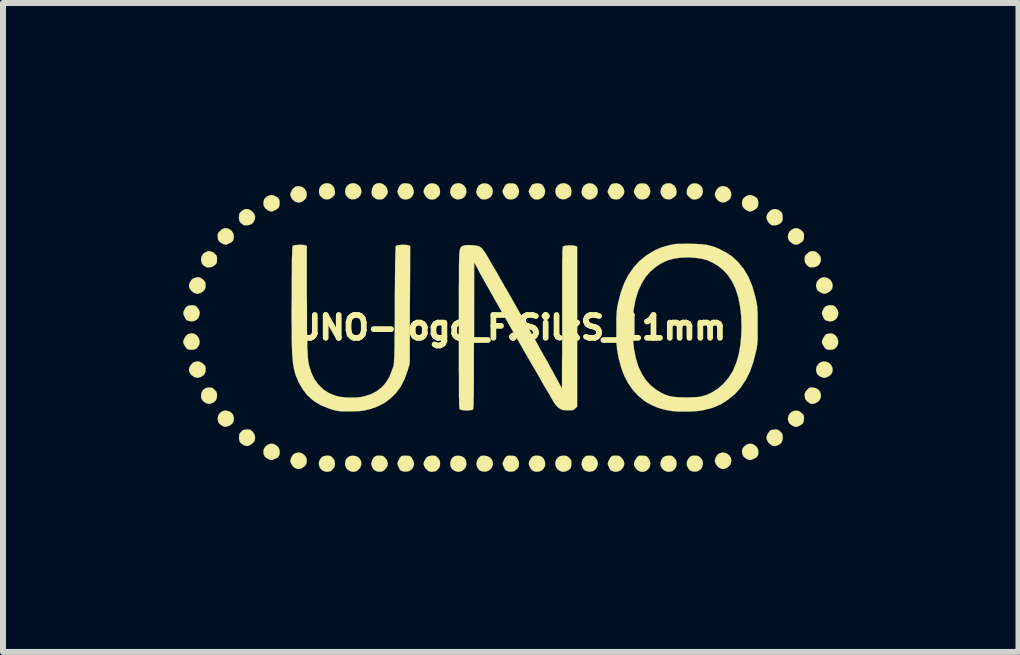
<source format=kicad_pcb>
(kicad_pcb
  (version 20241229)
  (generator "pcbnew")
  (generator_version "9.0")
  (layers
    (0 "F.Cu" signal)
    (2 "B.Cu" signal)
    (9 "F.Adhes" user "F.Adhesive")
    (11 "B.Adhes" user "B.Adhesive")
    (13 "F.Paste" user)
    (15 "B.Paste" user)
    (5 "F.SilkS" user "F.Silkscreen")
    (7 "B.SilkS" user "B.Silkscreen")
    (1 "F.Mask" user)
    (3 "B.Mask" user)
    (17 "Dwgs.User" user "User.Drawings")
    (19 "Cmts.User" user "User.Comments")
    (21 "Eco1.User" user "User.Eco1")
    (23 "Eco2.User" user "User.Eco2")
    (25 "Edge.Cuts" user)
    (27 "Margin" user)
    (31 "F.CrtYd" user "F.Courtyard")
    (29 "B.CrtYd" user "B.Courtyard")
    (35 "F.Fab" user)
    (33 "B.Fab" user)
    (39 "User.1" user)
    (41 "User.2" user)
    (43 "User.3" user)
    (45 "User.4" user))
  (footprint "UNO-logo_F.SilkS_11mm"
    (layer "F.Cu")
    (at 5.46 2.407)
    (property "Reference" "UNO-logo_F.SilkS_11mm" (at 0 0 0) (layer "F.SilkS") (effects (font (size 0.381 0.381) (thickness 0.127))))
    (attr through_hole)
    (fp_poly (pts (xy -2.492 2.278) (xy -2.504 2.324) (xy -2.532 2.362) (xy -2.568 2.39) (xy -2.611 2.403) (xy -2.654 2.4) (xy -2.708 2.377) (xy -2.741 2.342) (xy -2.758 2.296) (xy -2.761 2.268) (xy -2.753 2.212) (xy -2.728 2.172) (xy -2.687 2.144) (xy -2.634 2.134) (xy -2.626 2.134) (xy -2.573 2.144) (xy -2.53 2.169) (xy -2.502 2.21) (xy -2.494 2.23) (xy -2.492 2.278)) (stroke (width 0.003) (type solid)) (fill yes) (layer "F.SilkS"))
    (fp_poly (pts (xy -0.739 2.278) (xy -0.752 2.324) (xy -0.78 2.362) (xy -0.815 2.39) (xy -0.861 2.403) (xy -0.904 2.4) (xy -0.955 2.377) (xy -0.991 2.339) (xy -1.008 2.296) (xy -1.008 2.245) (xy -0.993 2.2) (xy -0.968 2.164) (xy -0.932 2.141) (xy -0.884 2.134) (xy -0.874 2.134) (xy -0.82 2.144) (xy -0.777 2.169) (xy -0.749 2.21) (xy -0.744 2.23) (xy -0.739 2.278)) (stroke (width 0.003) (type solid)) (fill yes) (layer "F.SilkS"))
    (fp_poly (pts (xy -2.489 -2.258) (xy -2.502 -2.212) (xy -2.53 -2.174) (xy -2.545 -2.162) (xy -2.596 -2.139) (xy -2.647 -2.136) (xy -2.695 -2.151) (xy -2.705 -2.159) (xy -2.741 -2.195) (xy -2.758 -2.235) (xy -2.761 -2.278) (xy -2.751 -2.322) (xy -2.728 -2.36) (xy -2.695 -2.388) (xy -2.652 -2.403) (xy -2.603 -2.403) (xy -2.591 -2.4) (xy -2.545 -2.377) (xy -2.512 -2.344) (xy -2.494 -2.301) (xy -2.489 -2.258)) (stroke (width 0.003) (type solid)) (fill yes) (layer "F.SilkS"))
    (fp_poly (pts (xy -0.739 -2.256) (xy -0.752 -2.212) (xy -0.777 -2.174) (xy -0.815 -2.149) (xy -0.859 -2.136) (xy -0.904 -2.136) (xy -0.95 -2.156) (xy -0.953 -2.159) (xy -0.991 -2.195) (xy -1.008 -2.243) (xy -1.008 -2.294) (xy -0.993 -2.332) (xy -0.97 -2.367) (xy -0.94 -2.39) (xy -0.912 -2.4) (xy -0.861 -2.405) (xy -0.813 -2.39) (xy -0.775 -2.36) (xy -0.747 -2.316) (xy -0.744 -2.304) (xy -0.739 -2.256)) (stroke (width 0.003) (type solid)) (fill yes) (layer "F.SilkS"))
    (fp_poly (pts (xy 1.008 -2.268) (xy 1.006 -2.23) (xy 1.001 -2.205) (xy 0.983 -2.182) (xy 0.955 -2.162) (xy 0.909 -2.139) (xy 0.859 -2.136) (xy 0.81 -2.151) (xy 0.8 -2.159) (xy 0.762 -2.195) (xy 0.744 -2.243) (xy 0.744 -2.294) (xy 0.757 -2.332) (xy 0.79 -2.375) (xy 0.833 -2.398) (xy 0.884 -2.405) (xy 0.914 -2.4) (xy 0.96 -2.377) (xy 0.993 -2.339) (xy 1.008 -2.291) (xy 1.008 -2.268)) (stroke (width 0.003) (type solid)) (fill yes) (layer "F.SilkS"))
    (fp_poly (pts (xy 4.125 2.078) (xy 4.12 2.118) (xy 4.107 2.144) (xy 4.089 2.164) (xy 4.056 2.182) (xy 4.018 2.2) (xy 3.988 2.207) (xy 3.96 2.202) (xy 3.922 2.184) (xy 3.881 2.154) (xy 3.858 2.113) (xy 3.851 2.062) (xy 3.861 2.017) (xy 3.889 1.979) (xy 3.927 1.951) (xy 3.97 1.935) (xy 4.016 1.938) (xy 4.044 1.948) (xy 4.089 1.981) (xy 4.117 2.024) (xy 4.125 2.078)) (stroke (width 0.003) (type solid)) (fill yes) (layer "F.SilkS"))
    (fp_poly (pts (xy -3.848 2.078) (xy -3.856 2.118) (xy -3.866 2.144) (xy -3.886 2.164) (xy -3.919 2.182) (xy -3.957 2.2) (xy -3.985 2.207) (xy -4.016 2.202) (xy -4.051 2.184) (xy -4.054 2.184) (xy -4.094 2.154) (xy -4.117 2.113) (xy -4.122 2.062) (xy -4.112 2.017) (xy -4.084 1.979) (xy -4.049 1.951) (xy -4.003 1.935) (xy -3.957 1.938) (xy -3.932 1.948) (xy -3.884 1.981) (xy -3.858 2.024) (xy -3.848 2.078)) (stroke (width 0.003) (type solid)) (fill yes) (layer "F.SilkS"))
    (fp_poly (pts (xy -2.931 -2.263) (xy -2.931 -2.23) (xy -2.939 -2.207) (xy -2.959 -2.187) (xy -2.972 -2.172) (xy -3.02 -2.141) (xy -3.068 -2.134) (xy -3.117 -2.144) (xy -3.139 -2.159) (xy -3.178 -2.195) (xy -3.195 -2.243) (xy -3.195 -2.294) (xy -3.183 -2.332) (xy -3.157 -2.367) (xy -3.127 -2.39) (xy -3.099 -2.4) (xy -3.048 -2.405) (xy -3.002 -2.39) (xy -2.967 -2.362) (xy -2.941 -2.319) (xy -2.931 -2.268) (xy -2.931 -2.263)) (stroke (width 0.003) (type solid)) (fill yes) (layer "F.SilkS"))
    (fp_poly (pts (xy 2.761 -2.263) (xy 2.758 -2.23) (xy 2.751 -2.207) (xy 2.733 -2.187) (xy 2.718 -2.172) (xy 2.672 -2.141) (xy 2.624 -2.134) (xy 2.576 -2.144) (xy 2.55 -2.159) (xy 2.515 -2.195) (xy 2.497 -2.243) (xy 2.497 -2.294) (xy 2.51 -2.332) (xy 2.532 -2.367) (xy 2.563 -2.39) (xy 2.591 -2.4) (xy 2.642 -2.405) (xy 2.687 -2.39) (xy 2.725 -2.362) (xy 2.751 -2.319) (xy 2.761 -2.268) (xy 2.761 -2.263)) (stroke (width 0.003) (type solid)) (fill yes) (layer "F.SilkS"))
    (fp_poly (pts (xy -4.615 1.521) (xy -4.62 1.565) (xy -4.638 1.595) (xy -4.671 1.623) (xy -4.694 1.636) (xy -4.735 1.651) (xy -4.765 1.654) (xy -4.796 1.643) (xy -4.803 1.638) (xy -4.849 1.608) (xy -4.874 1.57) (xy -4.884 1.524) (xy -4.884 1.519) (xy -4.874 1.466) (xy -4.849 1.425) (xy -4.811 1.397) (xy -4.765 1.382) (xy -4.722 1.387) (xy -4.681 1.402) (xy -4.646 1.427) (xy -4.625 1.458) (xy -4.615 1.501) (xy -4.615 1.521)) (stroke (width 0.003) (type solid)) (fill yes) (layer "F.SilkS"))
    (fp_poly (pts (xy -4.613 -1.511) (xy -4.62 -1.471) (xy -4.63 -1.445) (xy -4.651 -1.425) (xy -4.681 -1.407) (xy -4.722 -1.389) (xy -4.752 -1.382) (xy -4.78 -1.387) (xy -4.811 -1.402) (xy -4.854 -1.43) (xy -4.877 -1.466) (xy -4.884 -1.511) (xy -4.884 -1.519) (xy -4.882 -1.557) (xy -4.869 -1.585) (xy -4.854 -1.6) (xy -4.811 -1.638) (xy -4.765 -1.656) (xy -4.719 -1.651) (xy -4.694 -1.641) (xy -4.648 -1.608) (xy -4.623 -1.562) (xy -4.613 -1.511)) (stroke (width 0.003) (type solid)) (fill yes) (layer "F.SilkS"))
    (fp_poly (pts (xy -2.05 2.256) (xy -2.055 2.301) (xy -2.065 2.324) (xy -2.098 2.367) (xy -2.141 2.395) (xy -2.189 2.403) (xy -2.233 2.395) (xy -2.278 2.37) (xy -2.306 2.332) (xy -2.322 2.289) (xy -2.319 2.238) (xy -2.301 2.192) (xy -2.283 2.167) (xy -2.263 2.149) (xy -2.243 2.139) (xy -2.215 2.134) (xy -2.189 2.134) (xy -2.151 2.136) (xy -2.129 2.141) (xy -2.111 2.154) (xy -2.101 2.164) (xy -2.065 2.21) (xy -2.05 2.256)) (stroke (width 0.003) (type solid)) (fill yes) (layer "F.SilkS"))
    (fp_poly (pts (xy -1.618 -2.281) (xy -1.621 -2.23) (xy -1.643 -2.187) (xy -1.674 -2.156) (xy -1.707 -2.141) (xy -1.75 -2.134) (xy -1.793 -2.139) (xy -1.824 -2.151) (xy -1.844 -2.172) (xy -1.867 -2.205) (xy -1.882 -2.238) (xy -1.89 -2.266) (xy -1.885 -2.286) (xy -1.875 -2.314) (xy -1.864 -2.337) (xy -1.841 -2.372) (xy -1.816 -2.393) (xy -1.781 -2.403) (xy -1.74 -2.403) (xy -1.694 -2.395) (xy -1.661 -2.375) (xy -1.636 -2.337) (xy -1.618 -2.281)) (stroke (width 0.003) (type solid)) (fill yes) (layer "F.SilkS"))
    (fp_poly (pts (xy -0.3 -2.278) (xy -0.305 -2.233) (xy -0.325 -2.192) (xy -0.358 -2.159) (xy -0.404 -2.139) (xy -0.442 -2.134) (xy -0.472 -2.136) (xy -0.498 -2.144) (xy -0.521 -2.164) (xy -0.531 -2.174) (xy -0.556 -2.202) (xy -0.569 -2.228) (xy -0.574 -2.256) (xy -0.574 -2.263) (xy -0.564 -2.314) (xy -0.541 -2.357) (xy -0.508 -2.385) (xy -0.467 -2.4) (xy -0.422 -2.403) (xy -0.378 -2.39) (xy -0.34 -2.362) (xy -0.312 -2.324) (xy -0.3 -2.278)) (stroke (width 0.003) (type solid)) (fill yes) (layer "F.SilkS"))
    (fp_poly (pts (xy 4.884 -1.519) (xy 4.882 -1.476) (xy 4.867 -1.445) (xy 4.841 -1.42) (xy 4.803 -1.397) (xy 4.77 -1.384) (xy 4.742 -1.382) (xy 4.709 -1.392) (xy 4.686 -1.405) (xy 4.646 -1.435) (xy 4.623 -1.473) (xy 4.615 -1.519) (xy 4.623 -1.562) (xy 4.648 -1.605) (xy 4.686 -1.636) (xy 4.732 -1.654) (xy 4.778 -1.654) (xy 4.823 -1.631) (xy 4.854 -1.605) (xy 4.872 -1.585) (xy 4.882 -1.565) (xy 4.884 -1.534) (xy 4.884 -1.519)) (stroke (width 0.003) (type solid)) (fill yes) (layer "F.SilkS"))
    (fp_poly (pts (xy 4.884 1.519) (xy 4.879 1.56) (xy 4.867 1.593) (xy 4.839 1.618) (xy 4.803 1.638) (xy 4.768 1.654) (xy 4.737 1.654) (xy 4.704 1.641) (xy 4.691 1.633) (xy 4.646 1.603) (xy 4.623 1.56) (xy 4.615 1.527) (xy 4.623 1.473) (xy 4.648 1.43) (xy 4.684 1.402) (xy 4.732 1.384) (xy 4.775 1.384) (xy 4.818 1.402) (xy 4.854 1.433) (xy 4.872 1.45) (xy 4.882 1.473) (xy 4.884 1.504) (xy 4.884 1.519)) (stroke (width 0.003) (type solid)) (fill yes) (layer "F.SilkS"))
    (fp_poly (pts (xy 5.362 -0.701) (xy 5.354 -0.655) (xy 5.347 -0.64) (xy 5.326 -0.612) (xy 5.291 -0.589) (xy 5.255 -0.569) (xy 5.222 -0.564) (xy 5.197 -0.569) (xy 5.166 -0.582) (xy 5.159 -0.584) (xy 5.118 -0.612) (xy 5.095 -0.648) (xy 5.085 -0.696) (xy 5.085 -0.701) (xy 5.095 -0.754) (xy 5.123 -0.795) (xy 5.161 -0.823) (xy 5.207 -0.838) (xy 5.255 -0.833) (xy 5.296 -0.815) (xy 5.329 -0.785) (xy 5.352 -0.747) (xy 5.362 -0.701)) (stroke (width 0.003) (type solid)) (fill yes) (layer "F.SilkS"))
    (fp_poly (pts (xy 5.362 0.701) (xy 5.354 0.747) (xy 5.347 0.762) (xy 5.326 0.79) (xy 5.291 0.813) (xy 5.255 0.831) (xy 5.222 0.838) (xy 5.197 0.833) (xy 5.166 0.82) (xy 5.159 0.818) (xy 5.118 0.79) (xy 5.095 0.754) (xy 5.085 0.706) (xy 5.085 0.701) (xy 5.095 0.648) (xy 5.123 0.607) (xy 5.161 0.579) (xy 5.207 0.564) (xy 5.255 0.569) (xy 5.296 0.587) (xy 5.329 0.617) (xy 5.352 0.655) (xy 5.362 0.701)) (stroke (width 0.003) (type solid)) (fill yes) (layer "F.SilkS"))
    (fp_poly (pts (xy -5.184 0.224) (xy -5.187 0.274) (xy -5.212 0.32) (xy -5.24 0.351) (xy -5.276 0.366) (xy -5.319 0.371) (xy -5.362 0.368) (xy -5.392 0.356) (xy -5.413 0.333) (xy -5.433 0.302) (xy -5.451 0.269) (xy -5.458 0.241) (xy -5.458 0.239) (xy -5.451 0.211) (xy -5.436 0.178) (xy -5.413 0.142) (xy -5.39 0.117) (xy -5.377 0.109) (xy -5.326 0.097) (xy -5.278 0.102) (xy -5.235 0.127) (xy -5.204 0.168) (xy -5.202 0.17) (xy -5.184 0.224)) (stroke (width 0.003) (type solid)) (fill yes) (layer "F.SilkS"))
    (fp_poly (pts (xy -5.085 -0.701) (xy -5.09 -0.658) (xy -5.103 -0.627) (xy -5.128 -0.602) (xy -5.166 -0.579) (xy -5.21 -0.564) (xy -5.248 -0.566) (xy -5.288 -0.584) (xy -5.324 -0.615) (xy -5.349 -0.653) (xy -5.362 -0.693) (xy -5.362 -0.701) (xy -5.354 -0.739) (xy -5.331 -0.777) (xy -5.304 -0.81) (xy -5.283 -0.82) (xy -5.235 -0.838) (xy -5.189 -0.836) (xy -5.146 -0.813) (xy -5.116 -0.787) (xy -5.098 -0.767) (xy -5.088 -0.747) (xy -5.085 -0.716) (xy -5.085 -0.701)) (stroke (width 0.003) (type solid)) (fill yes) (layer "F.SilkS"))
    (fp_poly (pts (xy -5.085 0.701) (xy -5.09 0.744) (xy -5.103 0.775) (xy -5.128 0.8) (xy -5.166 0.823) (xy -5.21 0.836) (xy -5.248 0.833) (xy -5.288 0.815) (xy -5.324 0.787) (xy -5.349 0.749) (xy -5.362 0.709) (xy -5.362 0.701) (xy -5.354 0.663) (xy -5.331 0.625) (xy -5.304 0.592) (xy -5.283 0.579) (xy -5.235 0.564) (xy -5.189 0.566) (xy -5.146 0.589) (xy -5.116 0.615) (xy -5.098 0.632) (xy -5.088 0.655) (xy -5.085 0.686) (xy -5.085 0.701)) (stroke (width 0.003) (type solid)) (fill yes) (layer "F.SilkS"))
    (fp_poly (pts (xy -4.895 -1.135) (xy -4.897 -1.1) (xy -4.902 -1.074) (xy -4.917 -1.054) (xy -4.93 -1.044) (xy -4.968 -1.016) (xy -5.016 -1.003) (xy -5.06 -1.003) (xy -5.07 -1.006) (xy -5.118 -1.034) (xy -5.149 -1.072) (xy -5.161 -1.123) (xy -5.161 -1.138) (xy -5.151 -1.189) (xy -5.123 -1.229) (xy -5.093 -1.252) (xy -5.047 -1.273) (xy -5.001 -1.27) (xy -4.956 -1.25) (xy -4.925 -1.224) (xy -4.907 -1.204) (xy -4.897 -1.184) (xy -4.895 -1.151) (xy -4.895 -1.135)) (stroke (width 0.003) (type solid)) (fill yes) (layer "F.SilkS"))
    (fp_poly (pts (xy -3.399 -2.22) (xy -3.406 -2.172) (xy -3.414 -2.154) (xy -3.437 -2.129) (xy -3.472 -2.103) (xy -3.51 -2.085) (xy -3.538 -2.083) (xy -3.564 -2.088) (xy -3.594 -2.098) (xy -3.599 -2.101) (xy -3.632 -2.129) (xy -3.658 -2.167) (xy -3.673 -2.207) (xy -3.673 -2.217) (xy -3.665 -2.25) (xy -3.647 -2.289) (xy -3.622 -2.322) (xy -3.597 -2.342) (xy -3.551 -2.357) (xy -3.505 -2.352) (xy -3.462 -2.334) (xy -3.429 -2.304) (xy -3.406 -2.263) (xy -3.399 -2.22)) (stroke (width 0.003) (type solid)) (fill yes) (layer "F.SilkS"))
    (fp_poly (pts (xy -3.399 2.215) (xy -3.406 2.261) (xy -3.416 2.286) (xy -3.442 2.314) (xy -3.477 2.339) (xy -3.515 2.355) (xy -3.538 2.357) (xy -3.564 2.352) (xy -3.594 2.339) (xy -3.597 2.339) (xy -3.625 2.316) (xy -3.65 2.283) (xy -3.668 2.245) (xy -3.673 2.22) (xy -3.665 2.184) (xy -3.647 2.146) (xy -3.622 2.113) (xy -3.599 2.098) (xy -3.551 2.083) (xy -3.505 2.085) (xy -3.465 2.103) (xy -3.432 2.134) (xy -3.406 2.172) (xy -3.399 2.215)) (stroke (width 0.003) (type solid)) (fill yes) (layer "F.SilkS"))
    (fp_poly (pts (xy -2.05 -2.276) (xy -2.055 -2.23) (xy -2.083 -2.187) (xy -2.103 -2.164) (xy -2.129 -2.144) (xy -2.156 -2.136) (xy -2.187 -2.134) (xy -2.225 -2.136) (xy -2.25 -2.146) (xy -2.278 -2.169) (xy -2.281 -2.169) (xy -2.304 -2.195) (xy -2.314 -2.215) (xy -2.319 -2.243) (xy -2.319 -2.263) (xy -2.311 -2.316) (xy -2.289 -2.36) (xy -2.256 -2.39) (xy -2.215 -2.405) (xy -2.172 -2.405) (xy -2.129 -2.39) (xy -2.09 -2.36) (xy -2.065 -2.324) (xy -2.05 -2.276)) (stroke (width 0.003) (type solid)) (fill yes) (layer "F.SilkS"))
    (fp_poly (pts (xy 0.572 2.253) (xy 0.569 2.304) (xy 0.549 2.344) (xy 0.518 2.377) (xy 0.475 2.398) (xy 0.424 2.403) (xy 0.406 2.4) (xy 0.371 2.388) (xy 0.343 2.365) (xy 0.32 2.329) (xy 0.318 2.324) (xy 0.302 2.289) (xy 0.3 2.261) (xy 0.307 2.23) (xy 0.315 2.215) (xy 0.338 2.174) (xy 0.363 2.149) (xy 0.396 2.136) (xy 0.434 2.134) (xy 0.485 2.139) (xy 0.518 2.154) (xy 0.544 2.182) (xy 0.556 2.202) (xy 0.572 2.253)) (stroke (width 0.003) (type solid)) (fill yes) (layer "F.SilkS"))
    (fp_poly (pts (xy 1.448 -2.263) (xy 1.438 -2.22) (xy 1.417 -2.182) (xy 1.382 -2.154) (xy 1.336 -2.136) (xy 1.308 -2.134) (xy 1.278 -2.136) (xy 1.252 -2.146) (xy 1.227 -2.169) (xy 1.219 -2.174) (xy 1.194 -2.202) (xy 1.184 -2.228) (xy 1.179 -2.256) (xy 1.179 -2.263) (xy 1.189 -2.314) (xy 1.212 -2.357) (xy 1.25 -2.388) (xy 1.293 -2.403) (xy 1.344 -2.4) (xy 1.349 -2.4) (xy 1.394 -2.377) (xy 1.427 -2.344) (xy 1.445 -2.304) (xy 1.448 -2.263)) (stroke (width 0.003) (type solid)) (fill yes) (layer "F.SilkS"))
    (fp_poly (pts (xy 3.2 -2.263) (xy 3.19 -2.22) (xy 3.167 -2.182) (xy 3.134 -2.154) (xy 3.089 -2.136) (xy 3.058 -2.134) (xy 3.028 -2.136) (xy 3.005 -2.146) (xy 2.979 -2.169) (xy 2.972 -2.174) (xy 2.946 -2.202) (xy 2.934 -2.228) (xy 2.931 -2.256) (xy 2.931 -2.263) (xy 2.939 -2.314) (xy 2.964 -2.357) (xy 3 -2.388) (xy 3.045 -2.403) (xy 3.094 -2.4) (xy 3.099 -2.4) (xy 3.147 -2.377) (xy 3.178 -2.344) (xy 3.195 -2.304) (xy 3.2 -2.263)) (stroke (width 0.003) (type solid)) (fill yes) (layer "F.SilkS"))
    (fp_poly (pts (xy 3.673 -2.22) (xy 3.665 -2.172) (xy 3.658 -2.154) (xy 3.635 -2.129) (xy 3.599 -2.103) (xy 3.561 -2.085) (xy 3.533 -2.083) (xy 3.508 -2.088) (xy 3.477 -2.098) (xy 3.472 -2.101) (xy 3.439 -2.129) (xy 3.414 -2.167) (xy 3.399 -2.207) (xy 3.399 -2.217) (xy 3.406 -2.25) (xy 3.424 -2.289) (xy 3.449 -2.322) (xy 3.475 -2.342) (xy 3.52 -2.357) (xy 3.566 -2.352) (xy 3.609 -2.334) (xy 3.642 -2.304) (xy 3.665 -2.263) (xy 3.673 -2.22)) (stroke (width 0.003) (type solid)) (fill yes) (layer "F.SilkS"))
    (fp_poly (pts (xy 3.673 2.215) (xy 3.665 2.261) (xy 3.655 2.286) (xy 3.63 2.314) (xy 3.594 2.339) (xy 3.556 2.355) (xy 3.533 2.357) (xy 3.508 2.352) (xy 3.477 2.339) (xy 3.475 2.339) (xy 3.447 2.316) (xy 3.421 2.283) (xy 3.404 2.245) (xy 3.399 2.22) (xy 3.406 2.184) (xy 3.424 2.146) (xy 3.449 2.113) (xy 3.472 2.098) (xy 3.52 2.083) (xy 3.566 2.085) (xy 3.607 2.103) (xy 3.642 2.134) (xy 3.665 2.172) (xy 3.673 2.215)) (stroke (width 0.003) (type solid)) (fill yes) (layer "F.SilkS"))
    (fp_poly (pts (xy 5.453 0.224) (xy 5.451 0.274) (xy 5.428 0.32) (xy 5.397 0.351) (xy 5.364 0.366) (xy 5.321 0.371) (xy 5.278 0.368) (xy 5.248 0.356) (xy 5.227 0.333) (xy 5.207 0.302) (xy 5.189 0.269) (xy 5.182 0.241) (xy 5.182 0.239) (xy 5.187 0.211) (xy 5.204 0.178) (xy 5.225 0.142) (xy 5.248 0.117) (xy 5.26 0.109) (xy 5.311 0.097) (xy 5.359 0.102) (xy 5.403 0.127) (xy 5.436 0.168) (xy 5.436 0.17) (xy 5.453 0.224)) (stroke (width 0.003) (type solid)) (fill yes) (layer "F.SilkS"))
    (fp_poly (pts (xy -4.895 1.135) (xy -4.9 1.179) (xy -4.912 1.209) (xy -4.94 1.237) (xy -4.976 1.257) (xy -5.011 1.27) (xy -5.042 1.27) (xy -5.075 1.26) (xy -5.088 1.252) (xy -5.131 1.222) (xy -5.156 1.181) (xy -5.161 1.138) (xy -5.154 1.085) (xy -5.128 1.041) (xy -5.09 1.011) (xy -5.039 0.998) (xy -5.027 0.998) (xy -4.994 1.001) (xy -4.968 1.008) (xy -4.945 1.026) (xy -4.935 1.039) (xy -4.91 1.064) (xy -4.9 1.087) (xy -4.895 1.115) (xy -4.895 1.135)) (stroke (width 0.003) (type solid)) (fill yes) (layer "F.SilkS"))
    (fp_poly (pts (xy -3.851 -2.068) (xy -3.856 -2.029) (xy -3.868 -1.999) (xy -3.871 -1.994) (xy -3.896 -1.974) (xy -3.932 -1.953) (xy -3.965 -1.938) (xy -3.99 -1.933) (xy -4.011 -1.938) (xy -4.039 -1.951) (xy -4.049 -1.953) (xy -4.092 -1.989) (xy -4.117 -2.029) (xy -4.122 -2.08) (xy -4.11 -2.134) (xy -4.087 -2.164) (xy -4.051 -2.189) (xy -4.011 -2.205) (xy -3.988 -2.207) (xy -3.952 -2.202) (xy -3.917 -2.184) (xy -3.884 -2.164) (xy -3.863 -2.141) (xy -3.853 -2.108) (xy -3.851 -2.068)) (stroke (width 0.003) (type solid)) (fill yes) (layer "F.SilkS"))
    (fp_poly (pts (xy -1.179 -2.263) (xy -1.181 -2.23) (xy -1.189 -2.207) (xy -1.206 -2.187) (xy -1.222 -2.172) (xy -1.25 -2.149) (xy -1.275 -2.136) (xy -1.308 -2.134) (xy -1.313 -2.134) (xy -1.351 -2.136) (xy -1.379 -2.149) (xy -1.397 -2.164) (xy -1.43 -2.205) (xy -1.448 -2.243) (xy -1.453 -2.281) (xy -1.45 -2.286) (xy -1.43 -2.337) (xy -1.397 -2.372) (xy -1.359 -2.395) (xy -1.316 -2.403) (xy -1.275 -2.398) (xy -1.237 -2.383) (xy -1.204 -2.352) (xy -1.184 -2.309) (xy -1.179 -2.263)) (stroke (width 0.003) (type solid)) (fill yes) (layer "F.SilkS"))
    (fp_poly (pts (xy -0.3 2.286) (xy -0.315 2.329) (xy -0.345 2.367) (xy -0.358 2.375) (xy -0.406 2.398) (xy -0.455 2.4) (xy -0.483 2.393) (xy -0.508 2.385) (xy -0.523 2.377) (xy -0.531 2.367) (xy -0.546 2.347) (xy -0.551 2.342) (xy -0.569 2.299) (xy -0.572 2.25) (xy -0.556 2.205) (xy -0.546 2.187) (xy -0.523 2.159) (xy -0.503 2.141) (xy -0.475 2.136) (xy -0.439 2.134) (xy -0.386 2.144) (xy -0.345 2.167) (xy -0.318 2.2) (xy -0.3 2.24) (xy -0.3 2.286)) (stroke (width 0.003) (type solid)) (fill yes) (layer "F.SilkS"))
    (fp_poly (pts (xy 1.008 2.263) (xy 1.006 2.306) (xy 0.996 2.339) (xy 0.993 2.344) (xy 0.96 2.375) (xy 0.917 2.395) (xy 0.874 2.403) (xy 0.848 2.4) (xy 0.798 2.377) (xy 0.762 2.339) (xy 0.744 2.296) (xy 0.742 2.245) (xy 0.757 2.2) (xy 0.785 2.164) (xy 0.818 2.144) (xy 0.864 2.134) (xy 0.879 2.134) (xy 0.914 2.136) (xy 0.94 2.144) (xy 0.963 2.162) (xy 0.973 2.172) (xy 0.996 2.195) (xy 1.006 2.217) (xy 1.008 2.248) (xy 1.008 2.263)) (stroke (width 0.003) (type solid)) (fill yes) (layer "F.SilkS"))
    (fp_poly (pts (xy 1.89 -2.276) (xy 1.885 -2.23) (xy 1.857 -2.187) (xy 1.834 -2.164) (xy 1.808 -2.144) (xy 1.778 -2.136) (xy 1.753 -2.134) (xy 1.717 -2.139) (xy 1.687 -2.146) (xy 1.679 -2.151) (xy 1.659 -2.172) (xy 1.638 -2.205) (xy 1.621 -2.238) (xy 1.613 -2.266) (xy 1.618 -2.286) (xy 1.631 -2.314) (xy 1.641 -2.337) (xy 1.659 -2.37) (xy 1.679 -2.388) (xy 1.704 -2.398) (xy 1.76 -2.405) (xy 1.811 -2.39) (xy 1.852 -2.357) (xy 1.875 -2.324) (xy 1.89 -2.276)) (stroke (width 0.003) (type solid)) (fill yes) (layer "F.SilkS"))
    (fp_poly (pts (xy 2.324 -2.266) (xy 2.316 -2.225) (xy 2.291 -2.182) (xy 2.266 -2.156) (xy 2.228 -2.139) (xy 2.184 -2.134) (xy 2.141 -2.141) (xy 2.111 -2.159) (xy 2.085 -2.189) (xy 2.062 -2.225) (xy 2.05 -2.256) (xy 2.05 -2.266) (xy 2.055 -2.291) (xy 2.07 -2.324) (xy 2.09 -2.357) (xy 2.111 -2.383) (xy 2.139 -2.395) (xy 2.177 -2.403) (xy 2.217 -2.4) (xy 2.253 -2.393) (xy 2.258 -2.39) (xy 2.281 -2.37) (xy 2.304 -2.337) (xy 2.319 -2.299) (xy 2.324 -2.266)) (stroke (width 0.003) (type solid)) (fill yes) (layer "F.SilkS"))
    (fp_poly (pts (xy 4.122 -2.068) (xy 4.117 -2.029) (xy 4.105 -1.999) (xy 4.102 -1.994) (xy 4.077 -1.974) (xy 4.044 -1.953) (xy 4.008 -1.938) (xy 3.985 -1.933) (xy 3.962 -1.938) (xy 3.934 -1.951) (xy 3.927 -1.953) (xy 3.881 -1.989) (xy 3.856 -2.029) (xy 3.851 -2.08) (xy 3.863 -2.134) (xy 3.886 -2.164) (xy 3.922 -2.189) (xy 3.962 -2.205) (xy 3.988 -2.207) (xy 4.021 -2.202) (xy 4.059 -2.184) (xy 4.092 -2.164) (xy 4.11 -2.141) (xy 4.12 -2.108) (xy 4.122 -2.068)) (stroke (width 0.003) (type solid)) (fill yes) (layer "F.SilkS"))
    (fp_poly (pts (xy 4.529 -1.836) (xy 4.526 -1.798) (xy 4.521 -1.775) (xy 4.508 -1.755) (xy 4.496 -1.742) (xy 4.46 -1.717) (xy 4.412 -1.704) (xy 4.364 -1.702) (xy 4.348 -1.707) (xy 4.321 -1.722) (xy 4.293 -1.753) (xy 4.27 -1.791) (xy 4.26 -1.829) (xy 4.257 -1.836) (xy 4.267 -1.875) (xy 4.29 -1.915) (xy 4.323 -1.948) (xy 4.364 -1.971) (xy 4.412 -1.974) (xy 4.458 -1.961) (xy 4.501 -1.928) (xy 4.506 -1.923) (xy 4.521 -1.9) (xy 4.526 -1.869) (xy 4.529 -1.836)) (stroke (width 0.003) (type solid)) (fill yes) (layer "F.SilkS"))
    (fp_poly (pts (xy 5.166 -1.143) (xy 5.161 -1.1) (xy 5.144 -1.059) (xy 5.113 -1.029) (xy 5.067 -1.008) (xy 5.047 -1.006) (xy 5.014 -1.003) (xy 4.986 -1.006) (xy 4.983 -1.006) (xy 4.961 -1.016) (xy 4.935 -1.036) (xy 4.928 -1.046) (xy 4.907 -1.074) (xy 4.897 -1.105) (xy 4.895 -1.135) (xy 4.897 -1.173) (xy 4.907 -1.199) (xy 4.925 -1.219) (xy 4.968 -1.257) (xy 5.014 -1.273) (xy 5.06 -1.27) (xy 5.083 -1.26) (xy 5.126 -1.227) (xy 5.154 -1.189) (xy 5.166 -1.143)) (stroke (width 0.003) (type solid)) (fill yes) (layer "F.SilkS"))
    (fp_poly (pts (xy 5.166 1.118) (xy 5.164 1.161) (xy 5.149 1.201) (xy 5.121 1.232) (xy 5.083 1.255) (xy 5.044 1.27) (xy 5.014 1.273) (xy 4.983 1.26) (xy 4.976 1.257) (xy 4.93 1.224) (xy 4.905 1.189) (xy 4.895 1.143) (xy 4.895 1.135) (xy 4.897 1.1) (xy 4.907 1.074) (xy 4.928 1.046) (xy 4.933 1.041) (xy 4.958 1.016) (xy 4.978 1.003) (xy 5.006 0.998) (xy 5.024 0.998) (xy 5.077 1.008) (xy 5.121 1.031) (xy 5.151 1.069) (xy 5.166 1.118)) (stroke (width 0.003) (type solid)) (fill yes) (layer "F.SilkS"))
    (fp_poly (pts (xy -5.182 -0.254) (xy -5.187 -0.211) (xy -5.202 -0.17) (xy -5.232 -0.132) (xy -5.276 -0.109) (xy -5.324 -0.102) (xy -5.364 -0.112) (xy -5.39 -0.119) (xy -5.405 -0.127) (xy -5.415 -0.14) (xy -5.428 -0.163) (xy -5.436 -0.178) (xy -5.451 -0.213) (xy -5.456 -0.241) (xy -5.451 -0.269) (xy -5.441 -0.29) (xy -5.415 -0.333) (xy -5.39 -0.356) (xy -5.359 -0.368) (xy -5.319 -0.371) (xy -5.283 -0.371) (xy -5.258 -0.363) (xy -5.24 -0.351) (xy -5.232 -0.343) (xy -5.197 -0.297) (xy -5.182 -0.254)) (stroke (width 0.003) (type solid)) (fill yes) (layer "F.SilkS"))
    (fp_poly (pts (xy -4.26 -1.847) (xy -4.265 -1.798) (xy -4.29 -1.753) (xy -4.298 -1.742) (xy -4.333 -1.717) (xy -4.381 -1.704) (xy -4.432 -1.704) (xy -4.445 -1.704) (xy -4.465 -1.717) (xy -4.491 -1.737) (xy -4.498 -1.742) (xy -4.516 -1.765) (xy -4.524 -1.786) (xy -4.529 -1.819) (xy -4.529 -1.836) (xy -4.526 -1.875) (xy -4.521 -1.9) (xy -4.506 -1.918) (xy -4.501 -1.925) (xy -4.455 -1.961) (xy -4.409 -1.976) (xy -4.361 -1.968) (xy -4.318 -1.941) (xy -4.31 -1.935) (xy -4.275 -1.892) (xy -4.26 -1.847)) (stroke (width 0.003) (type solid)) (fill yes) (layer "F.SilkS"))
    (fp_poly (pts (xy -4.26 1.831) (xy -4.267 1.88) (xy -4.293 1.92) (xy -4.298 1.923) (xy -4.343 1.958) (xy -4.384 1.974) (xy -4.425 1.968) (xy -4.453 1.958) (xy -4.493 1.93) (xy -4.516 1.902) (xy -4.526 1.864) (xy -4.529 1.834) (xy -4.526 1.798) (xy -4.521 1.773) (xy -4.506 1.75) (xy -4.491 1.737) (xy -4.468 1.714) (xy -4.448 1.704) (xy -4.42 1.699) (xy -4.394 1.699) (xy -4.359 1.699) (xy -4.336 1.707) (xy -4.318 1.72) (xy -4.3 1.737) (xy -4.27 1.783) (xy -4.26 1.831)) (stroke (width 0.003) (type solid)) (fill yes) (layer "F.SilkS"))
    (fp_poly (pts (xy 0.572 -2.278) (xy 0.566 -2.23) (xy 0.546 -2.187) (xy 0.513 -2.156) (xy 0.467 -2.136) (xy 0.437 -2.134) (xy 0.399 -2.136) (xy 0.371 -2.149) (xy 0.358 -2.159) (xy 0.333 -2.189) (xy 0.312 -2.225) (xy 0.3 -2.256) (xy 0.297 -2.266) (xy 0.305 -2.291) (xy 0.32 -2.324) (xy 0.338 -2.357) (xy 0.358 -2.383) (xy 0.389 -2.395) (xy 0.427 -2.403) (xy 0.47 -2.4) (xy 0.505 -2.39) (xy 0.513 -2.388) (xy 0.533 -2.365) (xy 0.554 -2.337) (xy 0.556 -2.329) (xy 0.572 -2.278)) (stroke (width 0.003) (type solid)) (fill yes) (layer "F.SilkS"))
    (fp_poly (pts (xy 5.456 -0.254) (xy 5.453 -0.211) (xy 5.438 -0.17) (xy 5.405 -0.132) (xy 5.364 -0.109) (xy 5.314 -0.102) (xy 5.273 -0.112) (xy 5.248 -0.119) (xy 5.235 -0.127) (xy 5.225 -0.14) (xy 5.212 -0.163) (xy 5.204 -0.178) (xy 5.187 -0.213) (xy 5.182 -0.241) (xy 5.189 -0.269) (xy 5.199 -0.29) (xy 5.222 -0.333) (xy 5.248 -0.356) (xy 5.281 -0.368) (xy 5.319 -0.371) (xy 5.357 -0.371) (xy 5.38 -0.363) (xy 5.4 -0.351) (xy 5.408 -0.343) (xy 5.441 -0.297) (xy 5.456 -0.254)) (stroke (width 0.003) (type solid)) (fill yes) (layer "F.SilkS"))
    (fp_poly (pts (xy 1.448 2.243) (xy 1.448 2.286) (xy 1.433 2.329) (xy 1.407 2.365) (xy 1.372 2.39) (xy 1.328 2.4) (xy 1.278 2.398) (xy 1.27 2.395) (xy 1.245 2.385) (xy 1.229 2.377) (xy 1.227 2.377) (xy 1.219 2.367) (xy 1.204 2.347) (xy 1.201 2.342) (xy 1.181 2.299) (xy 1.179 2.25) (xy 1.194 2.205) (xy 1.204 2.187) (xy 1.229 2.159) (xy 1.25 2.141) (xy 1.275 2.136) (xy 1.313 2.134) (xy 1.351 2.136) (xy 1.382 2.146) (xy 1.4 2.162) (xy 1.433 2.2) (xy 1.448 2.243)) (stroke (width 0.003) (type solid)) (fill yes) (layer "F.SilkS"))
    (fp_poly (pts (xy 2.324 2.268) (xy 2.316 2.316) (xy 2.291 2.357) (xy 2.253 2.388) (xy 2.207 2.403) (xy 2.156 2.4) (xy 2.146 2.395) (xy 2.111 2.375) (xy 2.08 2.342) (xy 2.057 2.299) (xy 2.052 2.286) (xy 2.055 2.25) (xy 2.07 2.21) (xy 2.098 2.169) (xy 2.101 2.164) (xy 2.118 2.146) (xy 2.139 2.136) (xy 2.167 2.134) (xy 2.184 2.134) (xy 2.22 2.136) (xy 2.25 2.141) (xy 2.263 2.146) (xy 2.283 2.164) (xy 2.304 2.197) (xy 2.319 2.233) (xy 2.324 2.266) (xy 2.324 2.268)) (stroke (width 0.003) (type solid)) (fill yes) (layer "F.SilkS"))
    (fp_poly (pts (xy 3.2 2.243) (xy 3.198 2.286) (xy 3.185 2.329) (xy 3.157 2.365) (xy 3.122 2.39) (xy 3.078 2.4) (xy 3.03 2.398) (xy 3.023 2.395) (xy 2.997 2.385) (xy 2.982 2.377) (xy 2.979 2.377) (xy 2.972 2.367) (xy 2.957 2.347) (xy 2.954 2.342) (xy 2.934 2.299) (xy 2.931 2.25) (xy 2.946 2.205) (xy 2.957 2.187) (xy 2.979 2.159) (xy 3.002 2.141) (xy 3.028 2.136) (xy 3.066 2.134) (xy 3.104 2.136) (xy 3.132 2.146) (xy 3.152 2.162) (xy 3.185 2.2) (xy 3.2 2.243)) (stroke (width 0.003) (type solid)) (fill yes) (layer "F.SilkS"))
    (fp_poly (pts (xy 4.529 1.836) (xy 4.524 1.882) (xy 4.508 1.915) (xy 4.481 1.943) (xy 4.453 1.958) (xy 4.409 1.974) (xy 4.369 1.971) (xy 4.336 1.953) (xy 4.3 1.925) (xy 4.275 1.89) (xy 4.26 1.854) (xy 4.257 1.839) (xy 4.265 1.806) (xy 4.282 1.768) (xy 4.31 1.73) (xy 4.315 1.722) (xy 4.333 1.709) (xy 4.359 1.702) (xy 4.397 1.699) (xy 4.432 1.699) (xy 4.455 1.707) (xy 4.478 1.722) (xy 4.491 1.737) (xy 4.514 1.76) (xy 4.524 1.783) (xy 4.529 1.811) (xy 4.529 1.836)) (stroke (width 0.003) (type solid)) (fill yes) (layer "F.SilkS"))
    (fp_poly (pts (xy -2.931 2.266) (xy -2.934 2.304) (xy -2.944 2.329) (xy -2.962 2.355) (xy -2.982 2.375) (xy -2.995 2.388) (xy -2.997 2.39) (xy -3.007 2.393) (xy -3.03 2.398) (xy -3.063 2.403) (xy -3.091 2.4) (xy -3.142 2.377) (xy -3.178 2.339) (xy -3.195 2.296) (xy -3.198 2.245) (xy -3.18 2.2) (xy -3.155 2.164) (xy -3.122 2.144) (xy -3.076 2.134) (xy -3.061 2.134) (xy -3.025 2.136) (xy -3 2.141) (xy -2.979 2.159) (xy -2.967 2.174) (xy -2.944 2.202) (xy -2.934 2.228) (xy -2.931 2.263) (xy -2.931 2.266)) (stroke (width 0.003) (type solid)) (fill yes) (layer "F.SilkS"))
    (fp_poly (pts (xy 0.137 -2.266) (xy 0.13 -2.225) (xy 0.104 -2.182) (xy 0.079 -2.156) (xy 0.043 -2.141) (xy 0 -2.134) (xy -0.041 -2.139) (xy -0.071 -2.151) (xy -0.091 -2.172) (xy -0.114 -2.205) (xy -0.13 -2.238) (xy -0.137 -2.266) (xy -0.135 -2.286) (xy -0.122 -2.314) (xy -0.112 -2.337) (xy -0.091 -2.37) (xy -0.074 -2.388) (xy -0.048 -2.398) (xy -0.046 -2.398) (xy -0.005 -2.403) (xy 0.041 -2.4) (xy 0.079 -2.388) (xy 0.084 -2.385) (xy 0.099 -2.367) (xy 0.117 -2.337) (xy 0.13 -2.304) (xy 0.137 -2.273) (xy 0.137 -2.266)) (stroke (width 0.003) (type solid)) (fill yes) (layer "F.SilkS"))
    (fp_poly (pts (xy 1.89 2.256) (xy 1.885 2.301) (xy 1.869 2.332) (xy 1.834 2.375) (xy 1.788 2.398) (xy 1.737 2.403) (xy 1.707 2.395) (xy 1.681 2.385) (xy 1.666 2.377) (xy 1.656 2.367) (xy 1.643 2.344) (xy 1.636 2.329) (xy 1.621 2.294) (xy 1.615 2.268) (xy 1.621 2.24) (xy 1.636 2.205) (xy 1.641 2.2) (xy 1.659 2.167) (xy 1.676 2.146) (xy 1.702 2.136) (xy 1.74 2.134) (xy 1.755 2.134) (xy 1.793 2.136) (xy 1.816 2.144) (xy 1.836 2.162) (xy 1.839 2.164) (xy 1.875 2.21) (xy 1.89 2.256)) (stroke (width 0.003) (type solid)) (fill yes) (layer "F.SilkS"))
    (fp_poly (pts (xy 2.761 2.266) (xy 2.758 2.304) (xy 2.748 2.329) (xy 2.731 2.355) (xy 2.71 2.375) (xy 2.697 2.388) (xy 2.695 2.39) (xy 2.682 2.393) (xy 2.659 2.398) (xy 2.626 2.403) (xy 2.601 2.4) (xy 2.55 2.377) (xy 2.515 2.339) (xy 2.494 2.296) (xy 2.494 2.245) (xy 2.51 2.2) (xy 2.535 2.164) (xy 2.57 2.144) (xy 2.616 2.134) (xy 2.631 2.134) (xy 2.667 2.136) (xy 2.69 2.141) (xy 2.71 2.159) (xy 2.725 2.174) (xy 2.748 2.202) (xy 2.758 2.228) (xy 2.761 2.263) (xy 2.761 2.266)) (stroke (width 0.003) (type solid)) (fill yes) (layer "F.SilkS"))
    (fp_poly (pts (xy 0.137 2.268) (xy 0.13 2.316) (xy 0.102 2.357) (xy 0.064 2.388) (xy 0.018 2.4) (xy -0.03 2.4) (xy -0.046 2.395) (xy -0.071 2.385) (xy -0.089 2.377) (xy -0.099 2.36) (xy -0.114 2.332) (xy -0.127 2.301) (xy -0.135 2.278) (xy -0.137 2.268) (xy -0.132 2.245) (xy -0.119 2.215) (xy -0.102 2.182) (xy -0.084 2.156) (xy -0.069 2.141) (xy -0.043 2.136) (xy -0.005 2.134) (xy 0.033 2.136) (xy 0.066 2.141) (xy 0.076 2.146) (xy 0.094 2.164) (xy 0.117 2.197) (xy 0.132 2.233) (xy 0.137 2.266) (xy 0.137 2.268)) (stroke (width 0.003) (type solid)) (fill yes) (layer "F.SilkS"))
    (fp_poly (pts (xy -1.613 2.268) (xy -1.623 2.316) (xy -1.648 2.357) (xy -1.687 2.388) (xy -1.732 2.4) (xy -1.783 2.4) (xy -1.798 2.395) (xy -1.824 2.385) (xy -1.839 2.377) (xy -1.841 2.377) (xy -1.852 2.36) (xy -1.864 2.332) (xy -1.88 2.301) (xy -1.887 2.278) (xy -1.89 2.268) (xy -1.885 2.245) (xy -1.872 2.215) (xy -1.854 2.182) (xy -1.836 2.156) (xy -1.821 2.141) (xy -1.793 2.136) (xy -1.758 2.134) (xy -1.717 2.136) (xy -1.687 2.141) (xy -1.676 2.146) (xy -1.656 2.164) (xy -1.636 2.197) (xy -1.621 2.233) (xy -1.613 2.266) (xy -1.613 2.268)) (stroke (width 0.003) (type solid)) (fill yes) (layer "F.SilkS"))
    (fp_poly (pts (xy -1.179 2.266) (xy -1.181 2.304) (xy -1.191 2.329) (xy -1.209 2.355) (xy -1.229 2.375) (xy -1.242 2.388) (xy -1.245 2.39) (xy -1.255 2.393) (xy -1.28 2.398) (xy -1.311 2.403) (xy -1.336 2.403) (xy -1.382 2.385) (xy -1.42 2.347) (xy -1.435 2.324) (xy -1.45 2.289) (xy -1.453 2.261) (xy -1.445 2.233) (xy -1.433 2.21) (xy -1.407 2.169) (xy -1.377 2.146) (xy -1.333 2.136) (xy -1.308 2.134) (xy -1.273 2.136) (xy -1.25 2.141) (xy -1.229 2.159) (xy -1.214 2.174) (xy -1.191 2.202) (xy -1.181 2.228) (xy -1.179 2.263) (xy -1.179 2.266)) (stroke (width 0.003) (type solid)) (fill yes) (layer "F.SilkS"))
    (fp_poly (pts (xy -1.676 -1.359) (xy -1.681 -0.378) (xy -1.684 0.599) (xy -1.717 0.711) (xy -1.768 0.853) (xy -1.831 0.978) (xy -1.91 1.087) (xy -2.002 1.179) (xy -2.106 1.257) (xy -2.228 1.318) (xy -2.36 1.364) (xy -2.37 1.364) (xy -2.418 1.377) (xy -2.466 1.384) (xy -2.515 1.392) (xy -2.57 1.394) (xy -2.642 1.397) (xy -2.644 1.397) (xy -2.705 1.397) (xy -2.758 1.397) (xy -2.804 1.397) (xy -2.837 1.397) (xy -2.845 1.394) (xy -2.946 1.377) (xy -3.051 1.341) (xy -3.155 1.298) (xy -3.246 1.247) (xy -3.307 1.204) (xy -3.393 1.125) (xy -3.467 1.029) (xy -3.531 0.919) (xy -3.581 0.803) (xy -3.604 0.726) (xy -3.612 0.688) (xy -3.619 0.65) (xy -3.627 0.607) (xy -3.632 0.561) (xy -3.637 0.511) (xy -3.642 0.45) (xy -3.645 0.381) (xy -3.647 0.302) (xy -3.65 0.211) (xy -3.65 0.104) (xy -3.65 -0.015) (xy -3.653 -0.152) (xy -3.653 -0.305) (xy -3.65 -0.478) (xy -3.65 -0.528) (xy -3.65 -0.686) (xy -3.65 -0.823) (xy -3.647 -0.94) (xy -3.647 -1.041) (xy -3.647 -1.125) (xy -3.645 -1.194) (xy -3.642 -1.25) (xy -3.642 -1.293) (xy -3.64 -1.323) (xy -3.637 -1.346) (xy -3.635 -1.356) (xy -3.635 -1.361) (xy -3.614 -1.369) (xy -3.581 -1.374) (xy -3.541 -1.379) (xy -3.498 -1.379) (xy -3.457 -1.377) (xy -3.429 -1.372) (xy -3.426 -1.372) (xy -3.399 -1.359) (xy -3.399 -0.528) (xy -3.396 -0.353) (xy -3.396 -0.198) (xy -3.396 -0.061) (xy -3.396 0.058) (xy -3.393 0.163) (xy -3.391 0.254) (xy -3.391 0.33) (xy -3.386 0.396) (xy -3.383 0.455) (xy -3.381 0.503) (xy -3.376 0.544) (xy -3.371 0.582) (xy -3.365 0.612) (xy -3.36 0.632) (xy -3.322 0.754) (xy -3.272 0.861) (xy -3.203 0.953) (xy -3.122 1.031) (xy -3.028 1.092) (xy -2.921 1.135) (xy -2.913 1.138) (xy -2.845 1.153) (xy -2.764 1.163) (xy -2.675 1.166) (xy -2.586 1.166) (xy -2.504 1.158) (xy -2.451 1.148) (xy -2.337 1.113) (xy -2.238 1.062) (xy -2.154 0.998) (xy -2.083 0.919) (xy -2.024 0.823) (xy -1.979 0.709) (xy -1.961 0.66) (xy -1.958 0.645) (xy -1.953 0.63) (xy -1.951 0.615) (xy -1.948 0.597) (xy -1.946 0.574) (xy -1.946 0.546) (xy -1.943 0.513) (xy -1.941 0.47) (xy -1.941 0.417) (xy -1.938 0.353) (xy -1.938 0.274) (xy -1.938 0.185) (xy -1.935 0.079) (xy -1.935 -0.043) (xy -1.933 -0.183) (xy -1.933 -0.343) (xy -1.933 -0.384) (xy -1.933 -0.556) (xy -1.93 -0.706) (xy -1.93 -0.838) (xy -1.928 -0.953) (xy -1.928 -1.049) (xy -1.925 -1.133) (xy -1.925 -1.199) (xy -1.923 -1.252) (xy -1.92 -1.295) (xy -1.92 -1.326) (xy -1.918 -1.346) (xy -1.915 -1.356) (xy -1.913 -1.361) (xy -1.895 -1.369) (xy -1.862 -1.374) (xy -1.821 -1.379) (xy -1.778 -1.379) (xy -1.737 -1.377) (xy -1.709 -1.372) (xy -1.707 -1.372) (xy -1.676 -1.359)) (stroke (width 0.003) (type solid)) (fill yes) (layer "F.SilkS"))
    (fp_poly (pts (xy 4.112 0.056) (xy 4.112 0.127) (xy 4.112 0.183) (xy 4.11 0.229) (xy 4.107 0.267) (xy 4.102 0.302) (xy 4.097 0.338) (xy 4.089 0.378) (xy 4.084 0.404) (xy 4.039 0.577) (xy 3.983 0.737) (xy 3.912 0.876) (xy 3.843 0.978) (xy 3.843 -0.005) (xy 3.838 -0.191) (xy 3.818 -0.358) (xy 3.787 -0.511) (xy 3.744 -0.645) (xy 3.688 -0.765) (xy 3.619 -0.869) (xy 3.536 -0.96) (xy 3.447 -1.031) (xy 3.36 -1.082) (xy 3.277 -1.12) (xy 3.185 -1.146) (xy 3.084 -1.161) (xy 2.969 -1.168) (xy 2.946 -1.168) (xy 2.819 -1.163) (xy 2.708 -1.146) (xy 2.609 -1.118) (xy 2.515 -1.074) (xy 2.433 -1.024) (xy 2.334 -0.942) (xy 2.248 -0.846) (xy 2.179 -0.734) (xy 2.121 -0.607) (xy 2.078 -0.467) (xy 2.047 -0.31) (xy 2.032 -0.135) (xy 2.027 0.005) (xy 2.035 0.191) (xy 2.052 0.358) (xy 2.083 0.511) (xy 2.123 0.645) (xy 2.179 0.765) (xy 2.245 0.869) (xy 2.327 0.96) (xy 2.421 1.034) (xy 2.426 1.039) (xy 2.494 1.079) (xy 2.56 1.113) (xy 2.629 1.138) (xy 2.705 1.153) (xy 2.791 1.161) (xy 2.891 1.163) (xy 2.951 1.163) (xy 3.028 1.161) (xy 3.086 1.158) (xy 3.129 1.156) (xy 3.167 1.148) (xy 3.2 1.14) (xy 3.205 1.138) (xy 3.266 1.12) (xy 3.315 1.097) (xy 3.365 1.072) (xy 3.419 1.036) (xy 3.447 1.019) (xy 3.543 0.935) (xy 3.627 0.838) (xy 3.698 0.724) (xy 3.754 0.594) (xy 3.797 0.447) (xy 3.825 0.284) (xy 3.84 0.107) (xy 3.843 -0.005) (xy 3.843 0.978) (xy 3.828 1.003) (xy 3.731 1.11) (xy 3.619 1.201) (xy 3.5 1.278) (xy 3.365 1.336) (xy 3.218 1.374) (xy 3.162 1.384) (xy 3.106 1.392) (xy 3.035 1.397) (xy 2.954 1.4) (xy 2.87 1.4) (xy 2.791 1.4) (xy 2.72 1.394) (xy 2.67 1.389) (xy 2.565 1.369) (xy 2.459 1.339) (xy 2.36 1.298) (xy 2.273 1.252) (xy 2.225 1.222) (xy 2.121 1.135) (xy 2.032 1.039) (xy 1.956 0.93) (xy 1.892 0.81) (xy 1.841 0.673) (xy 1.798 0.518) (xy 1.786 0.457) (xy 1.778 0.411) (xy 1.77 0.373) (xy 1.768 0.335) (xy 1.763 0.297) (xy 1.76 0.251) (xy 1.76 0.198) (xy 1.758 0.13) (xy 1.758 0.046) (xy 1.758 0.02) (xy 1.758 -0.066) (xy 1.758 -0.137) (xy 1.76 -0.193) (xy 1.763 -0.239) (xy 1.765 -0.277) (xy 1.77 -0.315) (xy 1.775 -0.351) (xy 1.783 -0.391) (xy 1.788 -0.414) (xy 1.831 -0.582) (xy 1.887 -0.737) (xy 1.958 -0.876) (xy 2.045 -1.001) (xy 2.141 -1.107) (xy 2.253 -1.199) (xy 2.327 -1.245) (xy 2.395 -1.285) (xy 2.456 -1.313) (xy 2.52 -1.339) (xy 2.591 -1.359) (xy 2.639 -1.372) (xy 2.675 -1.379) (xy 2.708 -1.387) (xy 2.743 -1.392) (xy 2.784 -1.394) (xy 2.837 -1.394) (xy 2.903 -1.397) (xy 2.957 -1.397) (xy 3.071 -1.394) (xy 3.17 -1.389) (xy 3.256 -1.379) (xy 3.332 -1.361) (xy 3.404 -1.339) (xy 3.477 -1.308) (xy 3.553 -1.267) (xy 3.579 -1.255) (xy 3.693 -1.179) (xy 3.792 -1.085) (xy 3.881 -0.975) (xy 3.955 -0.851) (xy 4.016 -0.709) (xy 4.064 -0.549) (xy 4.084 -0.465) (xy 4.092 -0.422) (xy 4.1 -0.384) (xy 4.105 -0.348) (xy 4.107 -0.312) (xy 4.11 -0.269) (xy 4.112 -0.218) (xy 4.112 -0.155) (xy 4.112 -0.076) (xy 4.112 -0.033) (xy 4.112 0.056)) (stroke (width 0.003) (type solid)) (fill yes) (layer "F.SilkS"))
    (fp_poly (pts (xy 1.105 1.316) (xy 1.072 1.349) (xy 1.054 1.364) (xy 1.039 1.374) (xy 1.016 1.379) (xy 0.983 1.379) (xy 0.953 1.379) (xy 0.889 1.377) (xy 0.838 1.364) (xy 0.798 1.339) (xy 0.754 1.298) (xy 0.737 1.275) (xy 0.726 1.26) (xy 0.706 1.227) (xy 0.678 1.179) (xy 0.643 1.115) (xy 0.597 1.041) (xy 0.546 0.955) (xy 0.493 0.859) (xy 0.432 0.752) (xy 0.366 0.64) (xy 0.297 0.521) (xy 0.226 0.399) (xy 0.155 0.274) (xy 0.081 0.147) (xy 0.01 0.02) (xy -0.061 -0.107) (xy -0.132 -0.231) (xy -0.201 -0.351) (xy -0.264 -0.462) (xy -0.325 -0.569) (xy -0.381 -0.668) (xy -0.432 -0.757) (xy -0.475 -0.836) (xy -0.511 -0.899) (xy -0.538 -0.95) (xy -0.538 -0.953) (xy -0.61 -1.085) (xy -0.612 0.135) (xy -0.615 0.323) (xy -0.615 0.49) (xy -0.615 0.638) (xy -0.615 0.767) (xy -0.615 0.881) (xy -0.617 0.98) (xy -0.617 1.064) (xy -0.617 1.135) (xy -0.62 1.194) (xy -0.62 1.242) (xy -0.62 1.28) (xy -0.622 1.308) (xy -0.625 1.331) (xy -0.625 1.346) (xy -0.627 1.356) (xy -0.63 1.364) (xy -0.632 1.367) (xy -0.655 1.374) (xy -0.691 1.379) (xy -0.734 1.382) (xy -0.78 1.379) (xy -0.818 1.374) (xy -0.843 1.367) (xy -0.846 1.364) (xy -0.848 1.361) (xy -0.851 1.359) (xy -0.853 1.351) (xy -0.856 1.344) (xy -0.856 1.328) (xy -0.859 1.308) (xy -0.861 1.28) (xy -0.861 1.245) (xy -0.861 1.201) (xy -0.864 1.148) (xy -0.864 1.082) (xy -0.864 1.003) (xy -0.864 0.912) (xy -0.864 0.805) (xy -0.866 0.683) (xy -0.866 0.544) (xy -0.866 0.386) (xy -0.866 0.211) (xy -0.866 0.036) (xy -0.866 -0.163) (xy -0.866 -0.34) (xy -0.866 -0.498) (xy -0.866 -0.638) (xy -0.864 -0.762) (xy -0.864 -0.869) (xy -0.864 -0.963) (xy -0.864 -1.041) (xy -0.861 -1.11) (xy -0.861 -1.166) (xy -0.859 -1.212) (xy -0.856 -1.247) (xy -0.853 -1.278) (xy -0.848 -1.3) (xy -0.843 -1.316) (xy -0.841 -1.328) (xy -0.833 -1.336) (xy -0.828 -1.344) (xy -0.82 -1.349) (xy -0.813 -1.354) (xy -0.808 -1.356) (xy -0.79 -1.364) (xy -0.767 -1.372) (xy -0.732 -1.374) (xy -0.681 -1.374) (xy -0.673 -1.374) (xy -0.607 -1.369) (xy -0.554 -1.361) (xy -0.513 -1.344) (xy -0.48 -1.318) (xy -0.447 -1.278) (xy -0.442 -1.27) (xy -0.429 -1.25) (xy -0.406 -1.214) (xy -0.376 -1.161) (xy -0.338 -1.095) (xy -0.292 -1.016) (xy -0.239 -0.927) (xy -0.183 -0.828) (xy -0.122 -0.721) (xy -0.056 -0.607) (xy 0.01 -0.49) (xy 0.081 -0.366) (xy 0.15 -0.244) (xy 0.221 -0.119) (xy 0.292 0.005) (xy 0.361 0.127) (xy 0.427 0.244) (xy 0.488 0.356) (xy 0.546 0.46) (xy 0.602 0.556) (xy 0.645 0.638) (xy 0.691 0.719) (xy 0.732 0.795) (xy 0.77 0.864) (xy 0.8 0.919) (xy 0.826 0.965) (xy 0.843 0.998) (xy 0.853 1.013) (xy 0.853 1.016) (xy 0.853 1.006) (xy 0.853 0.975) (xy 0.853 0.927) (xy 0.853 0.861) (xy 0.853 0.78) (xy 0.853 0.683) (xy 0.853 0.574) (xy 0.856 0.452) (xy 0.856 0.323) (xy 0.856 0.18) (xy 0.856 0.033) (xy 0.856 -0.122) (xy 0.856 -0.16) (xy 0.856 -0.345) (xy 0.856 -0.508) (xy 0.856 -0.653) (xy 0.856 -0.78) (xy 0.856 -0.889) (xy 0.856 -0.983) (xy 0.856 -1.064) (xy 0.856 -1.133) (xy 0.859 -1.189) (xy 0.859 -1.234) (xy 0.859 -1.27) (xy 0.861 -1.298) (xy 0.864 -1.318) (xy 0.864 -1.331) (xy 0.866 -1.341) (xy 0.869 -1.349) (xy 0.871 -1.351) (xy 0.876 -1.354) (xy 0.897 -1.361) (xy 0.935 -1.367) (xy 0.978 -1.369) (xy 1.021 -1.369) (xy 1.059 -1.364) (xy 1.077 -1.359) (xy 1.105 -1.349) (xy 1.105 -0.018) (xy 1.105 1.316)) (stroke (width 0.003) (type solid)) (fill yes) (layer "F.SilkS")))
  (gr_rect
    (start -3 -3)
    (end 13.917 7.811)
    (stroke (width 0.1) (type default))
    (fill no)
    (layer "Edge.Cuts")))
</source>
